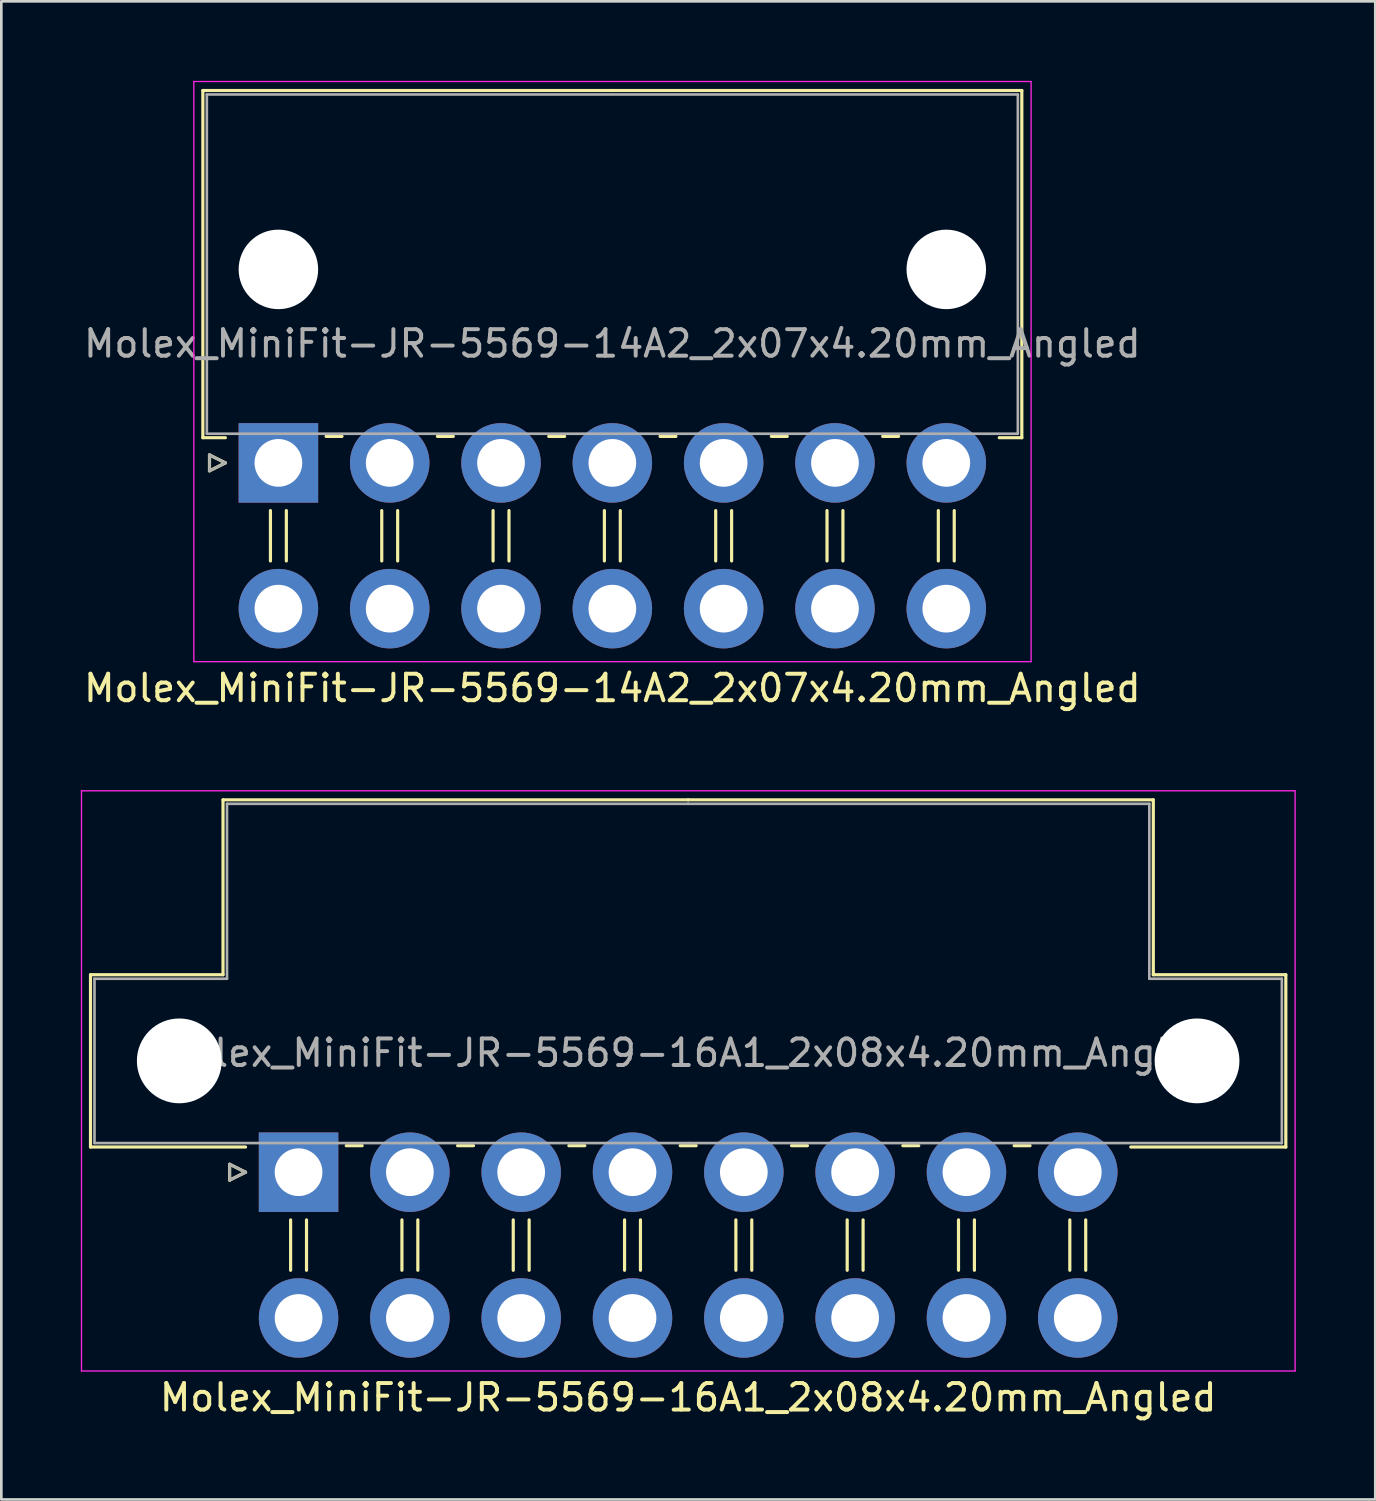
<source format=kicad_pcb>
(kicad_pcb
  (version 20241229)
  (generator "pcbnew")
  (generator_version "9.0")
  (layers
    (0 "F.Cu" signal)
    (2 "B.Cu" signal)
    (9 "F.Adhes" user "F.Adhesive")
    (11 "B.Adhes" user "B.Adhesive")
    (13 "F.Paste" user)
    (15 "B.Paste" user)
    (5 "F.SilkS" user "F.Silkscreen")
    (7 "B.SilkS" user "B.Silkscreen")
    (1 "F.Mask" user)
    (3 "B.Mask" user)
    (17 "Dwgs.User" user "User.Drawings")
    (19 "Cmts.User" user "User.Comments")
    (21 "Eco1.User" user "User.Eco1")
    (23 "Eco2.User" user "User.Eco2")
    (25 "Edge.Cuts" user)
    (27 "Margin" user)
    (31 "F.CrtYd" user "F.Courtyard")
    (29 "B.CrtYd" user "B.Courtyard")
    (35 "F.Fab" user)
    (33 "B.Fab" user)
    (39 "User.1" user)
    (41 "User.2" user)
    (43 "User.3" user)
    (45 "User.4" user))
  (footprint "Molex_MiniFit-JR-5569-14A2_2x07x4.20mm_Angled"
    (layer "F.Cu")
    (at 7.454 14.415)
    (property "Reference" "Molex_MiniFit-JR-5569-14A2_2x07x4.20mm_Angled" (at 12.6 8.5 0) (layer "F.SilkS") (effects (font (size 1 1) (thickness 0.15))))
    (attr through_hole)
    (fp_line (start -2.85 -14.05) (end 12.6 -14.05) (stroke (width 0.12) (type solid)) (layer "F.SilkS"))
    (fp_line (start -2.85 -0.95) (end -2.85 -14.05) (stroke (width 0.12) (type solid)) (layer "F.SilkS"))
    (fp_line (start -2.6 -0.3) (end -2 0) (stroke (width 0.12) (type solid)) (layer "F.SilkS"))
    (fp_line (start -2.6 0.3) (end -2.6 -0.3) (stroke (width 0.12) (type solid)) (layer "F.SilkS"))
    (fp_line (start -2 -0.95) (end -2.85 -0.95) (stroke (width 0.12) (type solid)) (layer "F.SilkS"))
    (fp_line (start -2 0) (end -2.6 0.3) (stroke (width 0.12) (type solid)) (layer "F.SilkS"))
    (fp_line (start -0.3 1.8) (end -0.3 3.7) (stroke (width 0.12) (type solid)) (layer "F.SilkS"))
    (fp_line (start 0.3 1.8) (end 0.3 3.7) (stroke (width 0.12) (type solid)) (layer "F.SilkS"))
    (fp_line (start 1.8 -1) (end 2.4 -1) (stroke (width 0.12) (type solid)) (layer "F.SilkS"))
    (fp_line (start 3.9 1.8) (end 3.9 3.7) (stroke (width 0.12) (type solid)) (layer "F.SilkS"))
    (fp_line (start 4.5 1.8) (end 4.5 3.7) (stroke (width 0.12) (type solid)) (layer "F.SilkS"))
    (fp_line (start 6 -1) (end 6.6 -1) (stroke (width 0.12) (type solid)) (layer "F.SilkS"))
    (fp_line (start 8.1 1.8) (end 8.1 3.7) (stroke (width 0.12) (type solid)) (layer "F.SilkS"))
    (fp_line (start 8.7 1.8) (end 8.7 3.7) (stroke (width 0.12) (type solid)) (layer "F.SilkS"))
    (fp_line (start 10.2 -1) (end 10.8 -1) (stroke (width 0.12) (type solid)) (layer "F.SilkS"))
    (fp_line (start 12.3 1.8) (end 12.3 3.7) (stroke (width 0.12) (type solid)) (layer "F.SilkS"))
    (fp_line (start 12.9 1.8) (end 12.9 3.7) (stroke (width 0.12) (type solid)) (layer "F.SilkS"))
    (fp_line (start 14.4 -1) (end 15 -1) (stroke (width 0.12) (type solid)) (layer "F.SilkS"))
    (fp_line (start 16.5 1.8) (end 16.5 3.7) (stroke (width 0.12) (type solid)) (layer "F.SilkS"))
    (fp_line (start 17.1 1.8) (end 17.1 3.7) (stroke (width 0.12) (type solid)) (layer "F.SilkS"))
    (fp_line (start 18.6 -1) (end 19.2 -1) (stroke (width 0.12) (type solid)) (layer "F.SilkS"))
    (fp_line (start 20.7 1.8) (end 20.7 3.7) (stroke (width 0.12) (type solid)) (layer "F.SilkS"))
    (fp_line (start 21.3 1.8) (end 21.3 3.7) (stroke (width 0.12) (type solid)) (layer "F.SilkS"))
    (fp_line (start 22.8 -1) (end 23.4 -1) (stroke (width 0.12) (type solid)) (layer "F.SilkS"))
    (fp_line (start 24.9 1.8) (end 24.9 3.7) (stroke (width 0.12) (type solid)) (layer "F.SilkS"))
    (fp_line (start 25.5 1.8) (end 25.5 3.7) (stroke (width 0.12) (type solid)) (layer "F.SilkS"))
    (fp_line (start 27.2 -0.95) (end 28.05 -0.95) (stroke (width 0.12) (type solid)) (layer "F.SilkS"))
    (fp_line (start 28.05 -14.05) (end 12.6 -14.05) (stroke (width 0.12) (type solid)) (layer "F.SilkS"))
    (fp_line (start 28.05 -0.95) (end 28.05 -14.05) (stroke (width 0.12) (type solid)) (layer "F.SilkS"))
    (fp_line (start -3.19 -14.39) (end -3.19 7.5) (stroke (width 0.05) (type solid)) (layer "F.CrtYd"))
    (fp_line (start -3.19 7.5) (end 28.4 7.5) (stroke (width 0.05) (type solid)) (layer "F.CrtYd"))
    (fp_line (start 28.4 -14.39) (end -3.19 -14.39) (stroke (width 0.05) (type solid)) (layer "F.CrtYd"))
    (fp_line (start 28.4 7.5) (end 28.4 -14.39) (stroke (width 0.05) (type solid)) (layer "F.CrtYd"))
    (fp_line (start -2.7 -13.9) (end -2.7 -1.1) (stroke (width 0.1) (type solid)) (layer "F.Fab"))
    (fp_line (start -2.7 -1.1) (end 27.9 -1.1) (stroke (width 0.1) (type solid)) (layer "F.Fab"))
    (fp_line (start -2.6 -0.3) (end -2 0) (stroke (width 0.1) (type solid)) (layer "F.Fab"))
    (fp_line (start -2.6 0.3) (end -2.6 -0.3) (stroke (width 0.1) (type solid)) (layer "F.Fab"))
    (fp_line (start -2 0) (end -2.6 0.3) (stroke (width 0.1) (type solid)) (layer "F.Fab"))
    (fp_line (start 27.9 -13.9) (end -2.7 -13.9) (stroke (width 0.1) (type solid)) (layer "F.Fab"))
    (fp_line (start 27.9 -1.1) (end 27.9 -13.9) (stroke (width 0.1) (type solid)) (layer "F.Fab"))
    (fp_text user "${REFERENCE}" (at 12.6 -4.5 0) (layer "F.Fab") (effects (font (size 1 1) (thickness 0.15))))
    (pad "" np_thru_hole circle (at 0 -7.3) (size 3 3) (drill 3) (layers "*.Cu" "*.Mask"))
    (pad "" np_thru_hole circle (at 25.2 -7.3) (size 3 3) (drill 3) (layers "*.Cu" "*.Mask"))
    (pad "1" thru_hole rect (at 0 0) (size 3 3) (drill 1.8) (layers "*.Cu" "*.Mask"))
    (pad "2" thru_hole circle (at 4.2 0) (size 3 3) (drill 1.8) (layers "*.Cu" "*.Mask"))
    (pad "3" thru_hole circle (at 8.4 0) (size 3 3) (drill 1.8) (layers "*.Cu" "*.Mask"))
    (pad "4" thru_hole circle (at 12.6 0) (size 3 3) (drill 1.8) (layers "*.Cu" "*.Mask"))
    (pad "5" thru_hole circle (at 16.8 0) (size 3 3) (drill 1.8) (layers "*.Cu" "*.Mask"))
    (pad "6" thru_hole circle (at 21 0) (size 3 3) (drill 1.8) (layers "*.Cu" "*.Mask"))
    (pad "7" thru_hole circle (at 25.2 0) (size 3 3) (drill 1.8) (layers "*.Cu" "*.Mask"))
    (pad "8" thru_hole circle (at 0 5.5) (size 3 3) (drill 1.8) (layers "*.Cu" "*.Mask"))
    (pad "9" thru_hole circle (at 4.2 5.5) (size 3 3) (drill 1.8) (layers "*.Cu" "*.Mask"))
    (pad "10" thru_hole circle (at 8.4 5.5) (size 3 3) (drill 1.8) (layers "*.Cu" "*.Mask"))
    (pad "11" thru_hole circle (at 12.6 5.5) (size 3 3) (drill 1.8) (layers "*.Cu" "*.Mask"))
    (pad "12" thru_hole circle (at 16.8 5.5) (size 3 3) (drill 1.8) (layers "*.Cu" "*.Mask"))
    (pad "13" thru_hole circle (at 21 5.5) (size 3 3) (drill 1.8) (layers "*.Cu" "*.Mask"))
    (pad "14" thru_hole circle (at 25.2 5.5) (size 3 3) (drill 1.8) (layers "*.Cu" "*.Mask")))
  (footprint "Molex_MiniFit-JR-5569-16A1_2x08x4.20mm_Angled"
    (layer "F.Cu")
    (at 8.215 41.178)
    (property "Reference" "Molex_MiniFit-JR-5569-16A1_2x08x4.20mm_Angled" (at 14.7 8.5 0) (layer "F.SilkS") (effects (font (size 1 1) (thickness 0.15))))
    (attr through_hole)
    (fp_line (start -7.85 -7.45) (end -7.85 -0.95) (stroke (width 0.12) (type solid)) (layer "F.SilkS"))
    (fp_line (start -7.85 -0.95) (end -2 -0.95) (stroke (width 0.12) (type solid)) (layer "F.SilkS"))
    (fp_line (start -2.85 -14.05) (end -2.85 -7.45) (stroke (width 0.12) (type solid)) (layer "F.SilkS"))
    (fp_line (start -2.85 -7.45) (end -7.85 -7.45) (stroke (width 0.12) (type solid)) (layer "F.SilkS"))
    (fp_line (start -2.6 -0.3) (end -2 0) (stroke (width 0.12) (type solid)) (layer "F.SilkS"))
    (fp_line (start -2.6 0.3) (end -2.6 -0.3) (stroke (width 0.12) (type solid)) (layer "F.SilkS"))
    (fp_line (start -2 0) (end -2.6 0.3) (stroke (width 0.12) (type solid)) (layer "F.SilkS"))
    (fp_line (start -0.3 1.8) (end -0.3 3.7) (stroke (width 0.12) (type solid)) (layer "F.SilkS"))
    (fp_line (start 0.3 1.8) (end 0.3 3.7) (stroke (width 0.12) (type solid)) (layer "F.SilkS"))
    (fp_line (start 1.8 -1) (end 2.4 -1) (stroke (width 0.12) (type solid)) (layer "F.SilkS"))
    (fp_line (start 3.9 1.8) (end 3.9 3.7) (stroke (width 0.12) (type solid)) (layer "F.SilkS"))
    (fp_line (start 4.5 1.8) (end 4.5 3.7) (stroke (width 0.12) (type solid)) (layer "F.SilkS"))
    (fp_line (start 6 -1) (end 6.6 -1) (stroke (width 0.12) (type solid)) (layer "F.SilkS"))
    (fp_line (start 8.1 1.8) (end 8.1 3.7) (stroke (width 0.12) (type solid)) (layer "F.SilkS"))
    (fp_line (start 8.7 1.8) (end 8.7 3.7) (stroke (width 0.12) (type solid)) (layer "F.SilkS"))
    (fp_line (start 10.2 -1) (end 10.8 -1) (stroke (width 0.12) (type solid)) (layer "F.SilkS"))
    (fp_line (start 12.3 1.8) (end 12.3 3.7) (stroke (width 0.12) (type solid)) (layer "F.SilkS"))
    (fp_line (start 12.9 1.8) (end 12.9 3.7) (stroke (width 0.12) (type solid)) (layer "F.SilkS"))
    (fp_line (start 14.4 -1) (end 15 -1) (stroke (width 0.12) (type solid)) (layer "F.SilkS"))
    (fp_line (start 14.7 -14.05) (end -2.85 -14.05) (stroke (width 0.12) (type solid)) (layer "F.SilkS"))
    (fp_line (start 14.7 -14.05) (end 32.25 -14.05) (stroke (width 0.12) (type solid)) (layer "F.SilkS"))
    (fp_line (start 16.5 1.8) (end 16.5 3.7) (stroke (width 0.12) (type solid)) (layer "F.SilkS"))
    (fp_line (start 17.1 1.8) (end 17.1 3.7) (stroke (width 0.12) (type solid)) (layer "F.SilkS"))
    (fp_line (start 18.6 -1) (end 19.2 -1) (stroke (width 0.12) (type solid)) (layer "F.SilkS"))
    (fp_line (start 20.7 1.8) (end 20.7 3.7) (stroke (width 0.12) (type solid)) (layer "F.SilkS"))
    (fp_line (start 21.3 1.8) (end 21.3 3.7) (stroke (width 0.12) (type solid)) (layer "F.SilkS"))
    (fp_line (start 22.8 -1) (end 23.4 -1) (stroke (width 0.12) (type solid)) (layer "F.SilkS"))
    (fp_line (start 24.9 1.8) (end 24.9 3.7) (stroke (width 0.12) (type solid)) (layer "F.SilkS"))
    (fp_line (start 25.5 1.8) (end 25.5 3.7) (stroke (width 0.12) (type solid)) (layer "F.SilkS"))
    (fp_line (start 27 -1) (end 27.6 -1) (stroke (width 0.12) (type solid)) (layer "F.SilkS"))
    (fp_line (start 29.1 1.8) (end 29.1 3.7) (stroke (width 0.12) (type solid)) (layer "F.SilkS"))
    (fp_line (start 29.7 1.8) (end 29.7 3.7) (stroke (width 0.12) (type solid)) (layer "F.SilkS"))
    (fp_line (start 32.25 -14.05) (end 32.25 -7.45) (stroke (width 0.12) (type solid)) (layer "F.SilkS"))
    (fp_line (start 32.25 -7.45) (end 37.25 -7.45) (stroke (width 0.12) (type solid)) (layer "F.SilkS"))
    (fp_line (start 37.25 -7.45) (end 37.25 -0.95) (stroke (width 0.12) (type solid)) (layer "F.SilkS"))
    (fp_line (start 37.25 -0.95) (end 31.4 -0.95) (stroke (width 0.12) (type solid)) (layer "F.SilkS"))
    (fp_line (start -8.19 -14.39) (end -8.19 7.5) (stroke (width 0.05) (type solid)) (layer "F.CrtYd"))
    (fp_line (start -8.19 7.5) (end 37.6 7.5) (stroke (width 0.05) (type solid)) (layer "F.CrtYd"))
    (fp_line (start 37.6 -14.39) (end -8.19 -14.39) (stroke (width 0.05) (type solid)) (layer "F.CrtYd"))
    (fp_line (start 37.6 7.5) (end 37.6 -14.39) (stroke (width 0.05) (type solid)) (layer "F.CrtYd"))
    (fp_line (start -7.7 -7.3) (end -7.7 -1.1) (stroke (width 0.1) (type solid)) (layer "F.Fab"))
    (fp_line (start -7.7 -1.1) (end 14.7 -1.1) (stroke (width 0.1) (type solid)) (layer "F.Fab"))
    (fp_line (start -2.7 -13.9) (end -2.7 -7.3) (stroke (width 0.1) (type solid)) (layer "F.Fab"))
    (fp_line (start -2.7 -7.3) (end -7.7 -7.3) (stroke (width 0.1) (type solid)) (layer "F.Fab"))
    (fp_line (start -2.6 -0.3) (end -2 0) (stroke (width 0.1) (type solid)) (layer "F.Fab"))
    (fp_line (start -2.6 0.3) (end -2.6 -0.3) (stroke (width 0.1) (type solid)) (layer "F.Fab"))
    (fp_line (start -2 0) (end -2.6 0.3) (stroke (width 0.1) (type solid)) (layer "F.Fab"))
    (fp_line (start 14.7 -13.9) (end -2.7 -13.9) (stroke (width 0.1) (type solid)) (layer "F.Fab"))
    (fp_line (start 14.7 -13.9) (end 32.1 -13.9) (stroke (width 0.1) (type solid)) (layer "F.Fab"))
    (fp_line (start 32.1 -13.9) (end 32.1 -7.3) (stroke (width 0.1) (type solid)) (layer "F.Fab"))
    (fp_line (start 32.1 -7.3) (end 37.1 -7.3) (stroke (width 0.1) (type solid)) (layer "F.Fab"))
    (fp_line (start 37.1 -7.3) (end 37.1 -1.1) (stroke (width 0.1) (type solid)) (layer "F.Fab"))
    (fp_line (start 37.1 -1.1) (end 14.7 -1.1) (stroke (width 0.1) (type solid)) (layer "F.Fab"))
    (fp_text user "${REFERENCE}" (at 14.7 -4.5 0) (layer "F.Fab") (effects (font (size 1 1) (thickness 0.15))))
    (pad "" np_thru_hole circle (at -4.5 -4.2) (size 3.2 3.2) (drill 3.2) (layers "*.Cu" "*.Mask"))
    (pad "" np_thru_hole circle (at 33.9 -4.2) (size 3.2 3.2) (drill 3.2) (layers "*.Cu" "*.Mask"))
    (pad "1" thru_hole rect (at 0 0) (size 3 3) (drill 1.8) (layers "*.Cu" "*.Mask"))
    (pad "2" thru_hole circle (at 4.2 0) (size 3 3) (drill 1.8) (layers "*.Cu" "*.Mask"))
    (pad "3" thru_hole circle (at 8.4 0) (size 3 3) (drill 1.8) (layers "*.Cu" "*.Mask"))
    (pad "4" thru_hole circle (at 12.6 0) (size 3 3) (drill 1.8) (layers "*.Cu" "*.Mask"))
    (pad "5" thru_hole circle (at 16.8 0) (size 3 3) (drill 1.8) (layers "*.Cu" "*.Mask"))
    (pad "6" thru_hole circle (at 21 0) (size 3 3) (drill 1.8) (layers "*.Cu" "*.Mask"))
    (pad "7" thru_hole circle (at 25.2 0) (size 3 3) (drill 1.8) (layers "*.Cu" "*.Mask"))
    (pad "8" thru_hole circle (at 29.4 0) (size 3 3) (drill 1.8) (layers "*.Cu" "*.Mask"))
    (pad "9" thru_hole circle (at 0 5.5) (size 3 3) (drill 1.8) (layers "*.Cu" "*.Mask"))
    (pad "10" thru_hole circle (at 4.2 5.5) (size 3 3) (drill 1.8) (layers "*.Cu" "*.Mask"))
    (pad "11" thru_hole circle (at 8.4 5.5) (size 3 3) (drill 1.8) (layers "*.Cu" "*.Mask"))
    (pad "12" thru_hole circle (at 12.6 5.5) (size 3 3) (drill 1.8) (layers "*.Cu" "*.Mask"))
    (pad "13" thru_hole circle (at 16.8 5.5) (size 3 3) (drill 1.8) (layers "*.Cu" "*.Mask"))
    (pad "14" thru_hole circle (at 21 5.5) (size 3 3) (drill 1.8) (layers "*.Cu" "*.Mask"))
    (pad "15" thru_hole circle (at 25.2 5.5) (size 3 3) (drill 1.8) (layers "*.Cu" "*.Mask"))
    (pad "16" thru_hole circle (at 29.4 5.5) (size 3 3) (drill 1.8) (layers "*.Cu" "*.Mask")))
  (gr_rect
    (start -3 -3)
    (end 48.84 53.526)
    (stroke (width 0.1) (type default))
    (fill no)
    (layer "Edge.Cuts")))
</source>
